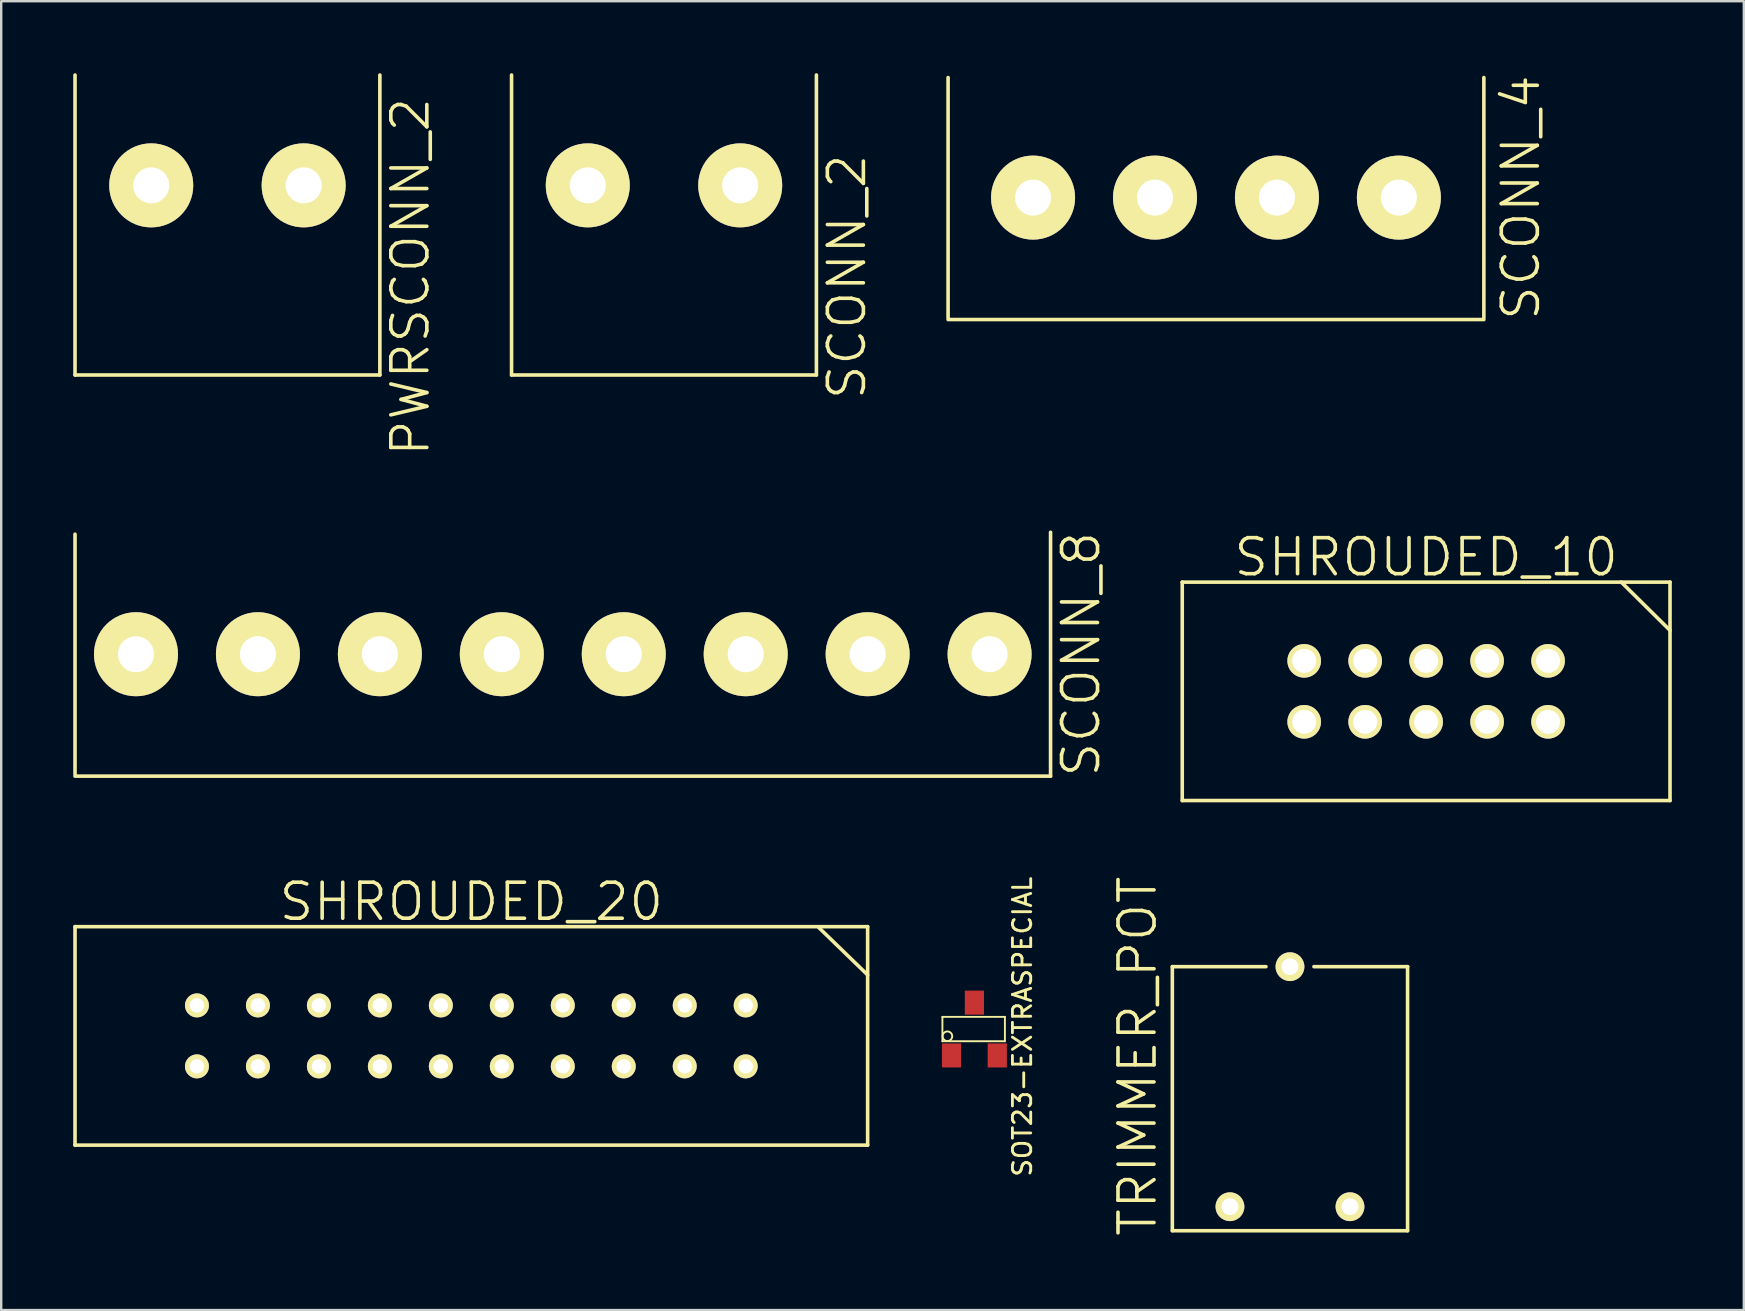
<source format=kicad_pcb>
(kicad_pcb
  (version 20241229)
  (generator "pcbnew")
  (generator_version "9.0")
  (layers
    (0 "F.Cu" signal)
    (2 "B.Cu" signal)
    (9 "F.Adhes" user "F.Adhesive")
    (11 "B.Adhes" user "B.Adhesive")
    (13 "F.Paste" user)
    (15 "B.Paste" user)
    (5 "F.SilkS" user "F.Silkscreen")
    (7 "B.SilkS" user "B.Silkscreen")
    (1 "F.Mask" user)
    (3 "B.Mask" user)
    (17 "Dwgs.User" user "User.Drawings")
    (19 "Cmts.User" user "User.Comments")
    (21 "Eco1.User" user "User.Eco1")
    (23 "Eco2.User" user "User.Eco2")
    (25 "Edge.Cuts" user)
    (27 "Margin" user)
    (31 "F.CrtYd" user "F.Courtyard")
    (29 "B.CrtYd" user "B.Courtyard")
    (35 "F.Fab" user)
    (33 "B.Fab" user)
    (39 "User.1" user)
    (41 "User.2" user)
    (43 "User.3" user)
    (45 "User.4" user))
  (footprint "PWRSCONN_2"
    (layer "F.Cu")
    (at 6.425 4.672)
    (property "Reference" "PWRSCONN_2" (at 7.62 3.81 90) (layer "F.SilkS") (effects (font (size 1.5 1.5) (thickness 0.15))))
    (attr through_hole)
    (fp_line (start -6.35 7.899) (end -6.35 -4.597) (stroke (width 0.15) (type solid)) (layer "F.SilkS"))
    (fp_line (start -6.35 7.899) (end 6.35 7.899) (stroke (width 0.15) (type solid)) (layer "F.SilkS"))
    (fp_line (start 6.35 7.899) (end 6.35 -4.597) (stroke (width 0.15) (type solid)) (layer "F.SilkS"))
    (pad "1" thru_hole circle (at 3.175 0) (size 3.5 3.5) (drill 1.5) (layers "*.Cu" "*.Mask" "F.SilkS"))
    (pad "2" thru_hole circle (at -3.175 0) (size 3.5 3.5) (drill 1.5) (layers "*.Cu" "*.Mask" "F.SilkS")))
  (footprint "SCONN_4"
    (layer "F.Cu")
    (at 47.606 5.182)
    (property "Reference" "SCONN_4" (at 12.7 0 90) (layer "F.SilkS") (effects (font (size 1.5 1.5) (thickness 0.15))))
    (attr through_hole)
    (fp_line (start -11.16 5) (end -11.16 -5) (stroke (width 0.15) (type solid)) (layer "F.SilkS"))
    (fp_line (start -11.16 5.08) (end 11.16 5.08) (stroke (width 0.15) (type solid)) (layer "F.SilkS"))
    (fp_line (start 11.16 5) (end 11.16 -5) (stroke (width 0.15) (type solid)) (layer "F.SilkS"))
    (pad "1" thru_hole circle (at 7.62 0) (size 3.5 3.5) (drill 1.5) (layers "*.Cu" "*.Mask" "F.SilkS"))
    (pad "2" thru_hole circle (at 2.54 0) (size 3.5 3.5) (drill 1.5) (layers "*.Cu" "*.Mask" "F.SilkS"))
    (pad "3" thru_hole circle (at -2.54 0) (size 3.5 3.5) (drill 1.5) (layers "*.Cu" "*.Mask" "F.SilkS"))
    (pad "4" thru_hole circle (at -7.62 0) (size 3.5 3.5) (drill 1.5) (layers "*.Cu" "*.Mask" "F.SilkS")))
  (footprint "TRIMMER_POT"
    (layer "F.Cu")
    (at 50.688 42.22)
    (property "Reference" "TRIMMER_POT" (at -6.35 -1.27 90) (layer "F.SilkS") (effects (font (size 1.5 1.5) (thickness 0.15))))
    (attr through_hole)
    (fp_line (start -4.9 -5) (end -4.9 6) (stroke (width 0.15) (type solid)) (layer "F.SilkS"))
    (fp_line (start -4.9 -5) (end -1 -5) (stroke (width 0.15) (type solid)) (layer "F.SilkS"))
    (fp_line (start -4.9 6) (end 4.9 6) (stroke (width 0.15) (type solid)) (layer "F.SilkS"))
    (fp_line (start 1 -5) (end 4.9 -5) (stroke (width 0.15) (type solid)) (layer "F.SilkS"))
    (fp_line (start 4.9 -5) (end 4.9 6) (stroke (width 0.15) (type solid)) (layer "F.SilkS"))
    (pad "1" thru_hole circle (at -2.5 5) (size 1.2 1.2) (drill 0.7) (layers "*.Cu" "*.Mask" "F.SilkS"))
    (pad "2" thru_hole circle (at 0 -5) (size 1.2 1.2) (drill 0.7) (layers "*.Cu" "*.Mask" "F.SilkS"))
    (pad "3" thru_hole circle (at 2.5 5) (size 1.2 1.2) (drill 0.7) (layers "*.Cu" "*.Mask" "F.SilkS")))
  (footprint "SHROUDED_20"
    (layer "F.Cu")
    (at 16.585 40.104)
    (property "Reference" "SHROUDED_20" (at 0 -5.588 0) (layer "F.SilkS") (effects (font (size 1.5 1.5) (thickness 0.15))))
    (attr through_hole)
    (fp_line (start -16.51 -4.55) (end 16.51 -4.55) (stroke (width 0.15) (type solid)) (layer "F.SilkS"))
    (fp_line (start -16.51 4.55) (end -16.51 -4.55) (stroke (width 0.15) (type solid)) (layer "F.SilkS"))
    (fp_line (start -16.51 4.55) (end 16.51 4.55) (stroke (width 0.15) (type solid)) (layer "F.SilkS"))
    (fp_line (start 16.51 -4.55) (end 16.51 4.55) (stroke (width 0.15) (type solid)) (layer "F.SilkS"))
    (fp_line (start 16.51 -2.54) (end 14.478 -4.51) (stroke (width 0.15) (type solid)) (layer "F.SilkS"))
    (pad "1" thru_hole circle (at 11.43 -1.27) (size 1 1) (drill 0.6) (layers "*.Cu" "*.Mask" "F.SilkS"))
    (pad "2" thru_hole circle (at 11.43 1.27) (size 1 1) (drill 0.6) (layers "*.Cu" "*.Mask" "F.SilkS"))
    (pad "3" thru_hole circle (at 8.89 -1.27) (size 1 1) (drill 0.6) (layers "*.Cu" "*.Mask" "F.SilkS"))
    (pad "4" thru_hole circle (at 8.89 1.27) (size 1 1) (drill 0.6) (layers "*.Cu" "*.Mask" "F.SilkS"))
    (pad "5" thru_hole circle (at 6.35 -1.27) (size 1 1) (drill 0.6) (layers "*.Cu" "*.Mask" "F.SilkS"))
    (pad "6" thru_hole circle (at 6.35 1.27) (size 1 1) (drill 0.6) (layers "*.Cu" "*.Mask" "F.SilkS"))
    (pad "7" thru_hole circle (at 3.81 -1.27) (size 1 1) (drill 0.6) (layers "*.Cu" "*.Mask" "F.SilkS"))
    (pad "8" thru_hole circle (at 3.81 1.27) (size 1 1) (drill 0.6) (layers "*.Cu" "*.Mask" "F.SilkS"))
    (pad "9" thru_hole circle (at 1.27 -1.27) (size 1 1) (drill 0.6) (layers "*.Cu" "*.Mask" "F.SilkS"))
    (pad "10" thru_hole circle (at 1.27 1.27) (size 1 1) (drill 0.6) (layers "*.Cu" "*.Mask" "F.SilkS"))
    (pad "11" thru_hole circle (at -1.27 -1.27) (size 1 1) (drill 0.6) (layers "*.Cu" "*.Mask" "F.SilkS"))
    (pad "12" thru_hole circle (at -1.27 1.27) (size 1 1) (drill 0.6) (layers "*.Cu" "*.Mask" "F.SilkS"))
    (pad "13" thru_hole circle (at -3.81 -1.27) (size 1 1) (drill 0.6) (layers "*.Cu" "*.Mask" "F.SilkS"))
    (pad "14" thru_hole circle (at -3.81 1.27) (size 1 1) (drill 0.6) (layers "*.Cu" "*.Mask" "F.SilkS"))
    (pad "15" thru_hole circle (at -6.35 -1.27) (size 1 1) (drill 0.6) (layers "*.Cu" "*.Mask" "F.SilkS"))
    (pad "16" thru_hole circle (at -6.35 1.27) (size 1 1) (drill 0.6) (layers "*.Cu" "*.Mask" "F.SilkS"))
    (pad "17" thru_hole circle (at -8.89 -1.27) (size 1 1) (drill 0.6) (layers "*.Cu" "*.Mask" "F.SilkS"))
    (pad "18" thru_hole circle (at -8.89 1.27) (size 1 1) (drill 0.6) (layers "*.Cu" "*.Mask" "F.SilkS"))
    (pad "19" thru_hole circle (at -11.43 -1.27) (size 1 1) (drill 0.6) (layers "*.Cu" "*.Mask" "F.SilkS"))
    (pad "20" thru_hole circle (at -11.43 1.27) (size 1 1) (drill 0.6) (layers "*.Cu" "*.Mask" "F.SilkS")))
  (footprint "SCONN_2"
    (layer "F.Cu")
    (at 24.611 4.672)
    (property "Reference" "SCONN_2" (at 7.62 3.81 90) (layer "F.SilkS") (effects (font (size 1.5 1.5) (thickness 0.15))))
    (attr through_hole)
    (fp_line (start -6.35 7.899) (end -6.35 -4.597) (stroke (width 0.15) (type solid)) (layer "F.SilkS"))
    (fp_line (start -6.35 7.899) (end 6.35 7.899) (stroke (width 0.15) (type solid)) (layer "F.SilkS"))
    (fp_line (start 6.35 7.899) (end 6.35 -4.597) (stroke (width 0.15) (type solid)) (layer "F.SilkS"))
    (pad "4" thru_hole circle (at -3.175 0) (size 3.5 3.5) (drill 1.5) (layers "*.Cu" "*.Mask" "F.SilkS"))
    (pad "5" thru_hole circle (at 3.175 0) (size 3.5 3.5) (drill 1.5) (layers "*.Cu" "*.Mask" "F.SilkS")))
  (footprint "SHROUDED_10"
    (layer "F.Cu")
    (at 56.361 25.75)
    (property "Reference" "SHROUDED_10" (at 0 -5.588 0) (layer "F.SilkS") (effects (font (size 1.5 1.5) (thickness 0.15))))
    (attr through_hole)
    (fp_line (start -10.16 -4.55) (end 10.16 -4.55) (stroke (width 0.15) (type solid)) (layer "F.SilkS"))
    (fp_line (start -10.16 4.55) (end -10.16 -4.55) (stroke (width 0.15) (type solid)) (layer "F.SilkS"))
    (fp_line (start -10.16 4.55) (end 10.16 4.55) (stroke (width 0.15) (type solid)) (layer "F.SilkS"))
    (fp_line (start 8.128 -4.55) (end 10.16 -2.54) (stroke (width 0.15) (type solid)) (layer "F.SilkS"))
    (fp_line (start 10.16 -4.55) (end 10.16 4.55) (stroke (width 0.15) (type solid)) (layer "F.SilkS"))
    (pad "1" thru_hole circle (at 5.08 -1.27) (size 1.4 1.4) (drill 1) (layers "*.Cu" "*.Mask" "F.SilkS"))
    (pad "2" thru_hole circle (at 5.08 1.27) (size 1.4 1.4) (drill 1) (layers "*.Cu" "*.Mask" "F.SilkS"))
    (pad "3" thru_hole circle (at 2.54 -1.27) (size 1.4 1.4) (drill 1) (layers "*.Cu" "*.Mask" "F.SilkS"))
    (pad "4" thru_hole circle (at 2.54 1.27) (size 1.4 1.4) (drill 1) (layers "*.Cu" "*.Mask" "F.SilkS"))
    (pad "5" thru_hole circle (at 0 -1.27) (size 1.4 1.4) (drill 1) (layers "*.Cu" "*.Mask" "F.SilkS"))
    (pad "6" thru_hole circle (at 0 1.27) (size 1.4 1.4) (drill 1) (layers "*.Cu" "*.Mask" "F.SilkS"))
    (pad "7" thru_hole circle (at -2.54 -1.27) (size 1.4 1.4) (drill 1) (layers "*.Cu" "*.Mask" "F.SilkS"))
    (pad "8" thru_hole circle (at -2.54 1.27) (size 1.4 1.4) (drill 1) (layers "*.Cu" "*.Mask" "F.SilkS"))
    (pad "9" thru_hole circle (at -5.08 -1.27) (size 1.4 1.4) (drill 1) (layers "*.Cu" "*.Mask" "F.SilkS"))
    (pad "10" thru_hole circle (at -5.08 1.27) (size 1.4 1.4) (drill 1) (layers "*.Cu" "*.Mask" "F.SilkS")))
  (footprint "SCONN_8"
    (layer "F.Cu")
    (at 20.395 24.204)
    (property "Reference" "SCONN_8" (at 21.59 0 90) (layer "F.SilkS") (effects (font (size 1.5 1.5) (thickness 0.15))))
    (attr through_hole)
    (fp_line (start -20.32 5) (end -20.32 -5) (stroke (width 0.15) (type solid)) (layer "F.SilkS"))
    (fp_line (start -20.32 5.08) (end 20.32 5.08) (stroke (width 0.15) (type solid)) (layer "F.SilkS"))
    (fp_line (start 20.32 5.08) (end 20.32 -5.08) (stroke (width 0.15) (type solid)) (layer "F.SilkS"))
    (pad "1" thru_hole circle (at -17.78 0) (size 3.5 3.5) (drill 1.5) (layers "*.Cu" "*.Mask" "F.SilkS"))
    (pad "2" thru_hole circle (at -12.7 0) (size 3.5 3.5) (drill 1.5) (layers "*.Cu" "*.Mask" "F.SilkS"))
    (pad "3" thru_hole circle (at -7.62 0) (size 3.5 3.5) (drill 1.5) (layers "*.Cu" "*.Mask" "F.SilkS"))
    (pad "4" thru_hole circle (at -2.54 0) (size 3.5 3.5) (drill 1.5) (layers "*.Cu" "*.Mask" "F.SilkS"))
    (pad "5" thru_hole circle (at 2.54 0) (size 3.5 3.5) (drill 1.5) (layers "*.Cu" "*.Mask" "F.SilkS"))
    (pad "6" thru_hole circle (at 7.62 0) (size 3.5 3.5) (drill 1.5) (layers "*.Cu" "*.Mask" "F.SilkS"))
    (pad "7" thru_hole circle (at 12.7 0) (size 3.5 3.5) (drill 1.5) (layers "*.Cu" "*.Mask" "F.SilkS"))
    (pad "8" thru_hole circle (at 17.78 0) (size 3.5 3.5) (drill 1.5) (layers "*.Cu" "*.Mask" "F.SilkS")))
  (footprint "SOT23-EXTRASPECIAL"
    (layer "F.Cu")
    (at 37.543 39.819)
    (property "Reference" "SOT23-EXTRASPECIAL" (at 1.999 -0.099 90) (layer "F.SilkS") (effects (font (size 0.762 0.762) (thickness 0.119))))
    (attr smd)
    (fp_line (start -1.333 -0.508) (end -1.333 0.508) (stroke (width 0.079) (type solid)) (layer "F.SilkS"))
    (fp_line (start -1.333 -0.508) (end 1.27 -0.508) (stroke (width 0.079) (type solid)) (layer "F.SilkS"))
    (fp_line (start 1.27 -0.508) (end 1.27 0.508) (stroke (width 0.079) (type solid)) (layer "F.SilkS"))
    (fp_line (start 1.27 0.508) (end -1.333 0.508) (stroke (width 0.079) (type solid)) (layer "F.SilkS"))
    (fp_circle (center -1.125 0.3) (end -1.125 0.5) (stroke (width 0.079) (type solid)) (fill no) (layer "F.SilkS"))
    (pad "1" smd rect (at -0.953 1.1) (size 0.8 1.001) (layers "F.Cu" "F.Mask" "F.Paste"))
    (pad "2" smd rect (at 0.953 1.1) (size 0.8 1.001) (layers "F.Cu" "F.Mask" "F.Paste"))
    (pad "3" smd rect (at 0 -1.1) (size 0.8 1.001) (layers "F.Cu" "F.Mask" "F.Paste")))
  (gr_rect
    (start -3 -3)
    (end 69.596 51.525)
    (stroke (width 0.1) (type default))
    (fill no)
    (layer "Edge.Cuts")))
</source>
